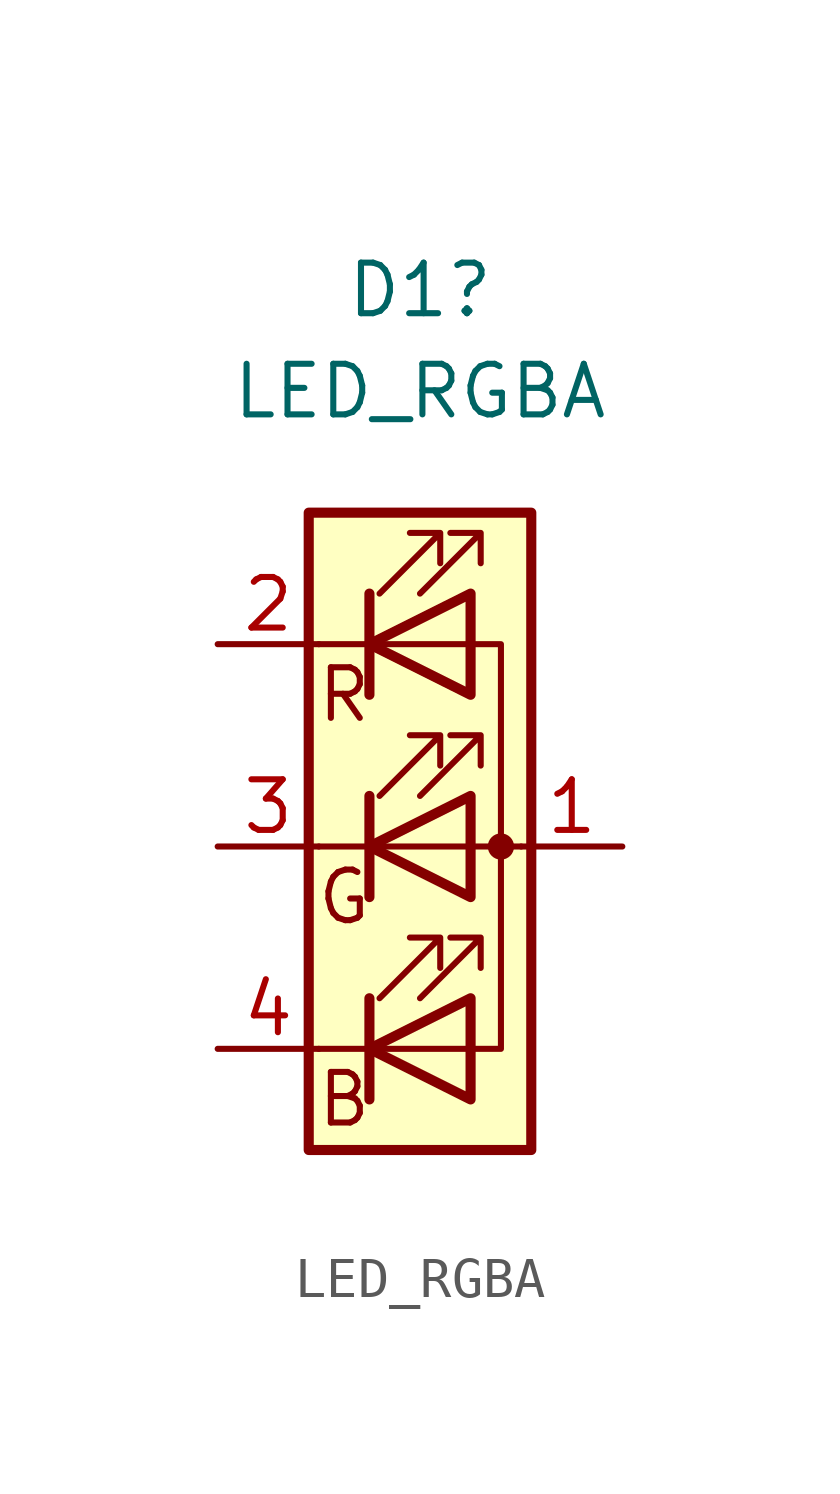
<source format=kicad_sym>
(kicad_symbol_lib
  (version 20211014)
  (generator kicad_symbol_editor)
  (symbol "LED_RGBA"
    (pin_names
      (offset 0) hide)
    (property "Reference" "D1"
      (at 0 13.97 0)
      (effects (font (size 1.27 1.27))))
    (property "Value" "LED_RGBA"
      (at 0 11.43 0)
      (effects (font (size 1.27 1.27))))
    (symbol "LED_RGBA_0_0"
      (text "B" (at -1.905 -6.35 0) (effects (font (size 1.27 1.27))))
      (text "G" (at -1.905 -1.27 0) (effects (font (size 1.27 1.27))))
      (text "R" (at -1.905 3.81 0) (effects (font (size 1.27 1.27)))))
    (symbol "LED_RGBA_0_1"
      (polyline (pts (xy -1.27 -5.08) (xy -2.54 -5.08)) (stroke (width 0) (type default) (color 0 0 0 0)) (fill (type none)))
      (polyline (pts (xy -1.27 -5.08) (xy 1.27 -5.08)) (stroke (width 0) (type default) (color 0 0 0 0)) (fill (type none)))
      (polyline (pts (xy -1.27 -3.81) (xy -1.27 -6.35)) (stroke (width 0.254) (type default) (color 0 0 0 0)) (fill (type none)))
      (polyline (pts (xy -1.27 0) (xy -2.54 0)) (stroke (width 0) (type default) (color 0 0 0 0)) (fill (type none)))
      (polyline (pts (xy -1.27 1.27) (xy -1.27 -1.27)) (stroke (width 0.254) (type default) (color 0 0 0 0)) (fill (type none)))
      (polyline (pts (xy -1.27 5.08) (xy -2.54 5.08)) (stroke (width 0) (type default) (color 0 0 0 0)) (fill (type none)))
      (polyline (pts (xy -1.27 5.08) (xy 1.27 5.08)) (stroke (width 0) (type default) (color 0 0 0 0)) (fill (type none)))
      (polyline (pts (xy -1.27 6.35) (xy -1.27 3.81)) (stroke (width 0.254) (type default) (color 0 0 0 0)) (fill (type none)))
      (polyline (pts (xy 1.27 0) (xy -1.27 0)) (stroke (width 0) (type default) (color 0 0 0 0)) (fill (type none)))
      (polyline (pts (xy 1.27 0) (xy 2.54 0)) (stroke (width 0) (type default) (color 0 0 0 0)) (fill (type none)))
      (polyline (pts (xy -1.27 1.27) (xy -1.27 -1.27) (xy -1.27 -1.27)) (stroke (width 0) (type default) (color 0 0 0 0)) (fill (type none)))
      (polyline (pts (xy -1.27 6.35) (xy -1.27 3.81) (xy -1.27 3.81)) (stroke (width 0) (type default) (color 0 0 0 0)) (fill (type none)))
      (polyline (pts (xy 1.27 -5.08) (xy 2.032 -5.08) (xy 2.032 5.08) (xy 1.27 5.08)) (stroke (width 0) (type default) (color 0 0 0 0)) (fill (type none)))
      (polyline (pts (xy 1.27 -3.81) (xy 1.27 -6.35) (xy -1.27 -5.08) (xy 1.27 -3.81)) (stroke (width 0.254) (type default) (color 0 0 0 0)) (fill (type none)))
      (polyline (pts (xy 1.27 1.27) (xy 1.27 -1.27) (xy -1.27 0) (xy 1.27 1.27)) (stroke (width 0.254) (type default) (color 0 0 0 0)) (fill (type none)))
      (polyline (pts (xy 1.27 6.35) (xy 1.27 3.81) (xy -1.27 5.08) (xy 1.27 6.35)) (stroke (width 0.254) (type default) (color 0 0 0 0)) (fill (type none)))
      (polyline (pts (xy -1.016 -3.81) (xy 0.508 -2.286) (xy -0.254 -2.286) (xy 0.508 -2.286) (xy 0.508 -3.048)) (stroke (width 0) (type default) (color 0 0 0 0)) (fill (type none)))
      (polyline (pts (xy -1.016 1.27) (xy 0.508 2.794) (xy -0.254 2.794) (xy 0.508 2.794) (xy 0.508 2.032)) (stroke (width 0) (type default) (color 0 0 0 0)) (fill (type none)))
      (polyline (pts (xy -1.016 6.35) (xy 0.508 7.874) (xy -0.254 7.874) (xy 0.508 7.874) (xy 0.508 7.112)) (stroke (width 0) (type default) (color 0 0 0 0)) (fill (type none)))
      (polyline (pts (xy 0 -3.81) (xy 1.524 -2.286) (xy 0.762 -2.286) (xy 1.524 -2.286) (xy 1.524 -3.048)) (stroke (width 0) (type default) (color 0 0 0 0)) (fill (type none)))
      (polyline (pts (xy 0 1.27) (xy 1.524 2.794) (xy 0.762 2.794) (xy 1.524 2.794) (xy 1.524 2.032)) (stroke (width 0) (type default) (color 0 0 0 0)) (fill (type none)))
      (polyline (pts (xy 0 6.35) (xy 1.524 7.874) (xy 0.762 7.874) (xy 1.524 7.874) (xy 1.524 7.112)) (stroke (width 0) (type default) (color 0 0 0 0)) (fill (type none)))
      (rectangle (start 1.27 -1.27) (end 1.27 1.27) (stroke (width 0) (type default) (color 0 0 0 0)) (fill (type none)))
      (rectangle (start 1.27 1.27) (end 1.27 1.27) (stroke (width 0) (type default) (color 0 0 0 0)) (fill (type none)))
      (rectangle (start 1.27 3.81) (end 1.27 6.35) (stroke (width 0) (type default) (color 0 0 0 0)) (fill (type none)))
      (rectangle (start 1.27 6.35) (end 1.27 6.35) (stroke (width 0) (type default) (color 0 0 0 0)) (fill (type none)))
      (circle (center 2.032 0) (radius 0.254) (stroke (width 0) (type default) (color 0 0 0 0)) (fill (type outline)))
      (rectangle (start 2.794 8.382) (end -2.794 -7.62) (stroke (width 0.254) (type default) (color 0 0 0 0)) (fill (type background))))
    (symbol "LED_RGBA_1_1"
      (pin passive line (at 5.08 0 180) (length 2.54) (name "A" (effects (font (size 1.27 1.27)))) (number "1" (effects (font (size 1.27 1.27)))))
      (pin passive line (at -5.08 5.08 0) (length 2.54) (name "RK" (effects (font (size 1.27 1.27)))) (number "2" (effects (font (size 1.27 1.27)))))
      (pin passive line (at -5.08 0 0) (length 2.54) (name "GK" (effects (font (size 1.27 1.27)))) (number "3" (effects (font (size 1.27 1.27)))))
      (pin passive line (at -5.08 -5.08 0) (length 2.54) (name "BK" (effects (font (size 1.27 1.27)))) (number "4" (effects (font (size 1.27 1.27))))))))
</source>
